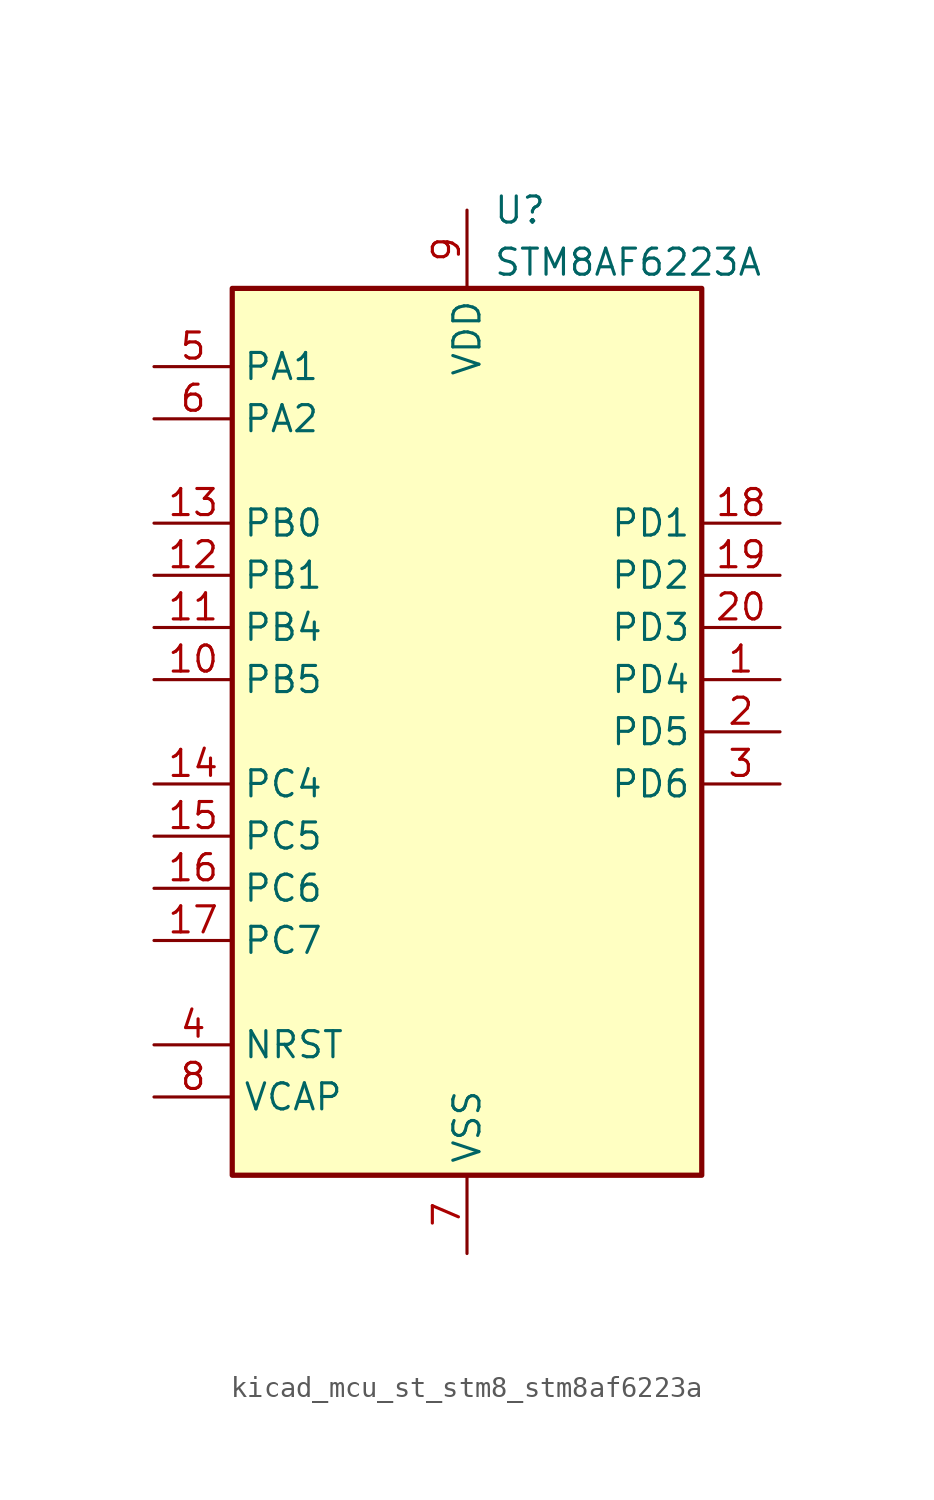
<source format=kicad_sym>
(kicad_symbol_lib
  (version 20220914)
  (generator kicad_symbol_editor)
  (symbol "kicad_mcu_st_stm8_stm8af6223a"
    (property "Reference" "U"
      (at 1.27 25.4 0)
      (effects (font (size 1.27 1.27)) (justify left)))
    (property "Value" "STM8AF6223A"
      (at 1.27 22.86 0)
      (effects (font (size 1.27 1.27)) (justify left)))
    (symbol "kicad_mcu_st_stm8_stm8af6223a_0_1"
      (rectangle (start -11.43 21.59) (end 11.43 -21.59) (stroke (width 0.254) (type default)) (fill (type background))))
    (symbol "kicad_mcu_st_stm8_stm8af6223a_1_1"
      (pin bidirectional line (at 15.24 2.54 180) (length 3.81) (name "PD4" (effects (font (size 1.27 1.27)))) (number "1" (effects (font (size 1.27 1.27)))))
      (pin bidirectional line (at -15.24 2.54 0) (length 3.81) (name "PB5" (effects (font (size 1.27 1.27)))) (number "10" (effects (font (size 1.27 1.27)))))
      (pin bidirectional line (at -15.24 5.08 0) (length 3.81) (name "PB4" (effects (font (size 1.27 1.27)))) (number "11" (effects (font (size 1.27 1.27)))))
      (pin bidirectional line (at -15.24 7.62 0) (length 3.81) (name "PB1" (effects (font (size 1.27 1.27)))) (number "12" (effects (font (size 1.27 1.27)))))
      (pin bidirectional line (at -15.24 10.16 0) (length 3.81) (name "PB0" (effects (font (size 1.27 1.27)))) (number "13" (effects (font (size 1.27 1.27)))))
      (pin bidirectional line (at -15.24 -2.54 0) (length 3.81) (name "PC4" (effects (font (size 1.27 1.27)))) (number "14" (effects (font (size 1.27 1.27)))))
      (pin bidirectional line (at -15.24 -5.08 0) (length 3.81) (name "PC5" (effects (font (size 1.27 1.27)))) (number "15" (effects (font (size 1.27 1.27)))))
      (pin bidirectional line (at -15.24 -7.62 0) (length 3.81) (name "PC6" (effects (font (size 1.27 1.27)))) (number "16" (effects (font (size 1.27 1.27)))))
      (pin bidirectional line (at -15.24 -10.16 0) (length 3.81) (name "PC7" (effects (font (size 1.27 1.27)))) (number "17" (effects (font (size 1.27 1.27)))))
      (pin bidirectional line (at 15.24 10.16 180) (length 3.81) (name "PD1" (effects (font (size 1.27 1.27)))) (number "18" (effects (font (size 1.27 1.27)))))
      (pin bidirectional line (at 15.24 7.62 180) (length 3.81) (name "PD2" (effects (font (size 1.27 1.27)))) (number "19" (effects (font (size 1.27 1.27)))))
      (pin bidirectional line (at 15.24 0 180) (length 3.81) (name "PD5" (effects (font (size 1.27 1.27)))) (number "2" (effects (font (size 1.27 1.27)))))
      (pin bidirectional line (at 15.24 5.08 180) (length 3.81) (name "PD3" (effects (font (size 1.27 1.27)))) (number "20" (effects (font (size 1.27 1.27)))))
      (pin bidirectional line (at 15.24 -2.54 180) (length 3.81) (name "PD6" (effects (font (size 1.27 1.27)))) (number "3" (effects (font (size 1.27 1.27)))))
      (pin input line (at -15.24 -15.24 0) (length 3.81) (name "NRST" (effects (font (size 1.27 1.27)))) (number "4" (effects (font (size 1.27 1.27)))))
      (pin bidirectional line (at -15.24 17.78 0) (length 3.81) (name "PA1" (effects (font (size 1.27 1.27)))) (number "5" (effects (font (size 1.27 1.27)))))
      (pin bidirectional line (at -15.24 15.24 0) (length 3.81) (name "PA2" (effects (font (size 1.27 1.27)))) (number "6" (effects (font (size 1.27 1.27)))))
      (pin power_in line (at 0 -25.4 90) (length 3.81) (name "VSS" (effects (font (size 1.27 1.27)))) (number "7" (effects (font (size 1.27 1.27)))))
      (pin input line (at -15.24 -17.78 0) (length 3.81) (name "VCAP" (effects (font (size 1.27 1.27)))) (number "8" (effects (font (size 1.27 1.27)))))
      (pin power_in line (at 0 25.4 270) (length 3.81) (name "VDD" (effects (font (size 1.27 1.27)))) (number "9" (effects (font (size 1.27 1.27))))))))
</source>
